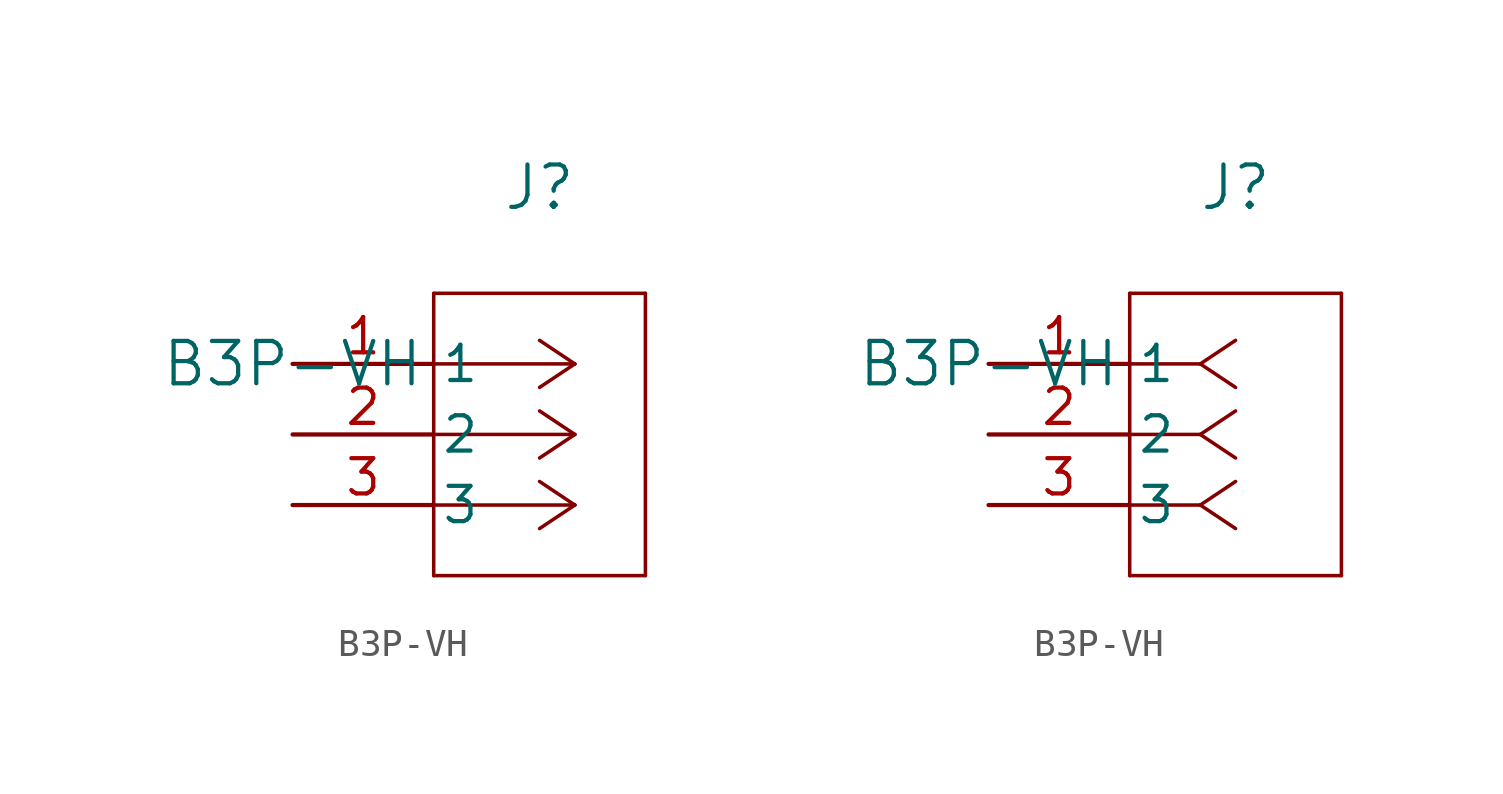
<source format=kicad_sym>
(kicad_symbol_lib
  (version 20211014)
  (generator kicad_symbol_editor)
  (symbol "B3P-VH"
    (pin_names
      (offset 0.254))
    (property "Reference" "J"
      (at 8.89 6.35 0)
      (effects (font (size 1.524 1.524))))
    (property "Value" "B3P-VH"
      (at 0 0 0)
      (effects (font (size 1.524 1.524))))
    (symbol "B3P-VH_1_1"
      (polyline (pts (xy 10.16 0) (xy 5.08 0)) (stroke (width 0.127) (type default) (color 0 0 0 0)) (fill (type none)))
      (polyline (pts (xy 10.16 -2.54) (xy 5.08 -2.54)) (stroke (width 0.127) (type default) (color 0 0 0 0)) (fill (type none)))
      (polyline (pts (xy 10.16 -5.08) (xy 5.08 -5.08)) (stroke (width 0.127) (type default) (color 0 0 0 0)) (fill (type none)))
      (polyline (pts (xy 10.16 0) (xy 8.89 0.847)) (stroke (width 0.127) (type default) (color 0 0 0 0)) (fill (type none)))
      (polyline (pts (xy 10.16 -2.54) (xy 8.89 -1.693)) (stroke (width 0.127) (type default) (color 0 0 0 0)) (fill (type none)))
      (polyline (pts (xy 10.16 -5.08) (xy 8.89 -4.233)) (stroke (width 0.127) (type default) (color 0 0 0 0)) (fill (type none)))
      (polyline (pts (xy 10.16 0) (xy 8.89 -0.847)) (stroke (width 0.127) (type default) (color 0 0 0 0)) (fill (type none)))
      (polyline (pts (xy 10.16 -2.54) (xy 8.89 -3.387)) (stroke (width 0.127) (type default) (color 0 0 0 0)) (fill (type none)))
      (polyline (pts (xy 10.16 -5.08) (xy 8.89 -5.927)) (stroke (width 0.127) (type default) (color 0 0 0 0)) (fill (type none)))
      (polyline (pts (xy 5.08 2.54) (xy 5.08 -7.62)) (stroke (width 0.127) (type default) (color 0 0 0 0)) (fill (type none)))
      (polyline (pts (xy 5.08 -7.62) (xy 12.7 -7.62)) (stroke (width 0.127) (type default) (color 0 0 0 0)) (fill (type none)))
      (polyline (pts (xy 12.7 -7.62) (xy 12.7 2.54)) (stroke (width 0.127) (type default) (color 0 0 0 0)) (fill (type none)))
      (polyline (pts (xy 12.7 2.54) (xy 5.08 2.54)) (stroke (width 0.127) (type default) (color 0 0 0 0)) (fill (type none)))
      (pin unspecified line (at 0 0 0) (length 5.08) (name "1" (effects (font (size 1.27 1.27)))) (number "1" (effects (font (size 1.27 1.27)))))
      (pin unspecified line (at 0 -2.54 0) (length 5.08) (name "2" (effects (font (size 1.27 1.27)))) (number "2" (effects (font (size 1.27 1.27)))))
      (pin unspecified line (at 0 -5.08 0) (length 5.08) (name "3" (effects (font (size 1.27 1.27)))) (number "3" (effects (font (size 1.27 1.27))))))
    (symbol "B3P-VH_1_2"
      (polyline (pts (xy 7.62 0) (xy 5.08 0)) (stroke (width 0.127) (type default) (color 0 0 0 0)) (fill (type none)))
      (polyline (pts (xy 7.62 -2.54) (xy 5.08 -2.54)) (stroke (width 0.127) (type default) (color 0 0 0 0)) (fill (type none)))
      (polyline (pts (xy 7.62 -5.08) (xy 5.08 -5.08)) (stroke (width 0.127) (type default) (color 0 0 0 0)) (fill (type none)))
      (polyline (pts (xy 7.62 0) (xy 8.89 0.847)) (stroke (width 0.127) (type default) (color 0 0 0 0)) (fill (type none)))
      (polyline (pts (xy 7.62 -2.54) (xy 8.89 -1.693)) (stroke (width 0.127) (type default) (color 0 0 0 0)) (fill (type none)))
      (polyline (pts (xy 7.62 -5.08) (xy 8.89 -4.233)) (stroke (width 0.127) (type default) (color 0 0 0 0)) (fill (type none)))
      (polyline (pts (xy 7.62 0) (xy 8.89 -0.847)) (stroke (width 0.127) (type default) (color 0 0 0 0)) (fill (type none)))
      (polyline (pts (xy 7.62 -2.54) (xy 8.89 -3.387)) (stroke (width 0.127) (type default) (color 0 0 0 0)) (fill (type none)))
      (polyline (pts (xy 7.62 -5.08) (xy 8.89 -5.927)) (stroke (width 0.127) (type default) (color 0 0 0 0)) (fill (type none)))
      (polyline (pts (xy 5.08 2.54) (xy 5.08 -7.62)) (stroke (width 0.127) (type default) (color 0 0 0 0)) (fill (type none)))
      (polyline (pts (xy 5.08 -7.62) (xy 12.7 -7.62)) (stroke (width 0.127) (type default) (color 0 0 0 0)) (fill (type none)))
      (polyline (pts (xy 12.7 -7.62) (xy 12.7 2.54)) (stroke (width 0.127) (type default) (color 0 0 0 0)) (fill (type none)))
      (polyline (pts (xy 12.7 2.54) (xy 5.08 2.54)) (stroke (width 0.127) (type default) (color 0 0 0 0)) (fill (type none)))
      (pin unspecified line (at 0 0 0) (length 5.08) (name "1" (effects (font (size 1.27 1.27)))) (number "1" (effects (font (size 1.27 1.27)))))
      (pin unspecified line (at 0 -2.54 0) (length 5.08) (name "2" (effects (font (size 1.27 1.27)))) (number "2" (effects (font (size 1.27 1.27)))))
      (pin unspecified line (at 0 -5.08 0) (length 5.08) (name "3" (effects (font (size 1.27 1.27)))) (number "3" (effects (font (size 1.27 1.27))))))))
</source>
